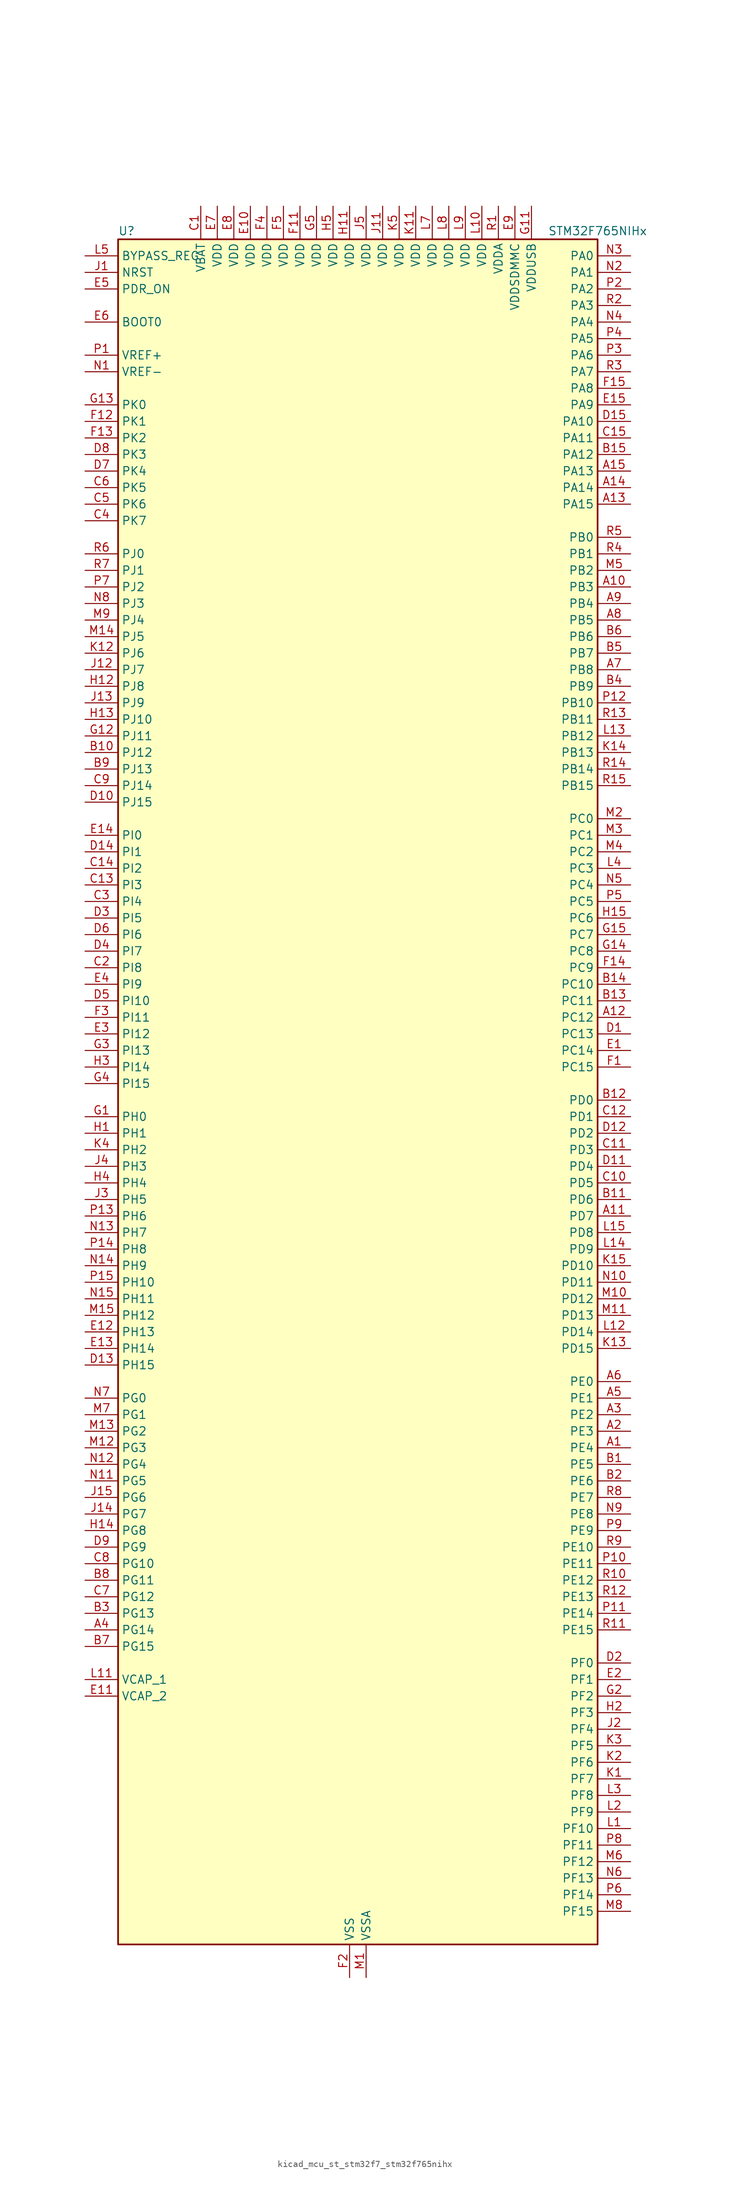
<source format=kicad_sym>
(kicad_symbol_lib
  (version 20220914)
  (generator kicad_symbol_editor)
  (symbol "kicad_mcu_st_stm32f7_stm32f765nihx"
    (property "Reference" "U"
      (at -35.56 133.35 0)
      (effects (font (size 1.27 1.27)) (justify left)))
    (property "Value" "STM32F765NIHx"
      (at 30.48 133.35 0)
      (effects (font (size 1.27 1.27)) (justify left)))
    (property "ki_locked" ""
      (at 0 0 0)
      (effects (font (size 1.27 1.27))))
    (symbol "kicad_mcu_st_stm32f7_stm32f765nihx_0_1"
      (rectangle (start -35.56 -129.54) (end 38.1 132.08) (stroke (width 0.254) (type default)) (fill (type background))))
    (symbol "kicad_mcu_st_stm32f7_stm32f765nihx_1_1"
      (pin bidirectional line (at 43.18 -53.34 180) (length 5.08) (name "PE4" (effects (font (size 1.27 1.27)))) (number "A1" (effects (font (size 1.27 1.27)))) (alternate "DCMI_D4" bidirectional line) (alternate "DFSDM1_DATIN3" bidirectional line) (alternate "FMC_A20" bidirectional line) (alternate "SAI1_FS_A" bidirectional line) (alternate "SPI4_NSS" bidirectional line) (alternate "SYS_TRACED1" bidirectional line))
      (pin bidirectional line (at 43.18 78.74 180) (length 5.08) (name "PB3" (effects (font (size 1.27 1.27)))) (number "A10" (effects (font (size 1.27 1.27)))) (alternate "CAN3_RX" bidirectional line) (alternate "I2S1_CK" bidirectional line) (alternate "I2S3_CK" bidirectional line) (alternate "SDMMC2_D2" bidirectional line) (alternate "SPI1_SCK" bidirectional line) (alternate "SPI3_SCK" bidirectional line) (alternate "SPI6_SCK" bidirectional line) (alternate "SYS_JTDO-SWO" bidirectional line) (alternate "TIM2_CH2" bidirectional line) (alternate "UART7_RX" bidirectional line))
      (pin bidirectional line (at 43.18 -17.78 180) (length 5.08) (name "PD7" (effects (font (size 1.27 1.27)))) (number "A11" (effects (font (size 1.27 1.27)))) (alternate "DFSDM1_CKIN1" bidirectional line) (alternate "DFSDM1_DATIN4" bidirectional line) (alternate "FMC_NE1" bidirectional line) (alternate "I2S1_SD" bidirectional line) (alternate "SDMMC2_CMD" bidirectional line) (alternate "SPDIFRX_IN0" bidirectional line) (alternate "SPI1_MOSI" bidirectional line) (alternate "USART2_CK" bidirectional line))
      (pin bidirectional line (at 43.18 12.7 180) (length 5.08) (name "PC12" (effects (font (size 1.27 1.27)))) (number "A12" (effects (font (size 1.27 1.27)))) (alternate "DCMI_D9" bidirectional line) (alternate "I2S3_SD" bidirectional line) (alternate "SDMMC1_CK" bidirectional line) (alternate "SPI3_MOSI" bidirectional line) (alternate "SYS_TRACED3" bidirectional line) (alternate "UART5_TX" bidirectional line) (alternate "USART3_CK" bidirectional line))
      (pin bidirectional line (at 43.18 91.44 180) (length 5.08) (name "PA15" (effects (font (size 1.27 1.27)))) (number "A13" (effects (font (size 1.27 1.27)))) (alternate "CAN3_TX" bidirectional line) (alternate "CEC" bidirectional line) (alternate "I2S1_WS" bidirectional line) (alternate "I2S3_WS" bidirectional line) (alternate "SPI1_NSS" bidirectional line) (alternate "SPI3_NSS" bidirectional line) (alternate "SPI6_NSS" bidirectional line) (alternate "SYS_JTDI" bidirectional line) (alternate "TIM2_CH1" bidirectional line) (alternate "TIM2_ETR" bidirectional line) (alternate "UART4_DE" bidirectional line) (alternate "UART4_RTS" bidirectional line) (alternate "UART7_TX" bidirectional line))
      (pin bidirectional line (at 43.18 93.98 180) (length 5.08) (name "PA14" (effects (font (size 1.27 1.27)))) (number "A14" (effects (font (size 1.27 1.27)))) (alternate "SYS_JTCK-SWCLK" bidirectional line))
      (pin bidirectional line (at 43.18 96.52 180) (length 5.08) (name "PA13" (effects (font (size 1.27 1.27)))) (number "A15" (effects (font (size 1.27 1.27)))) (alternate "SYS_JTMS-SWDIO" bidirectional line))
      (pin bidirectional line (at 43.18 -50.8 180) (length 5.08) (name "PE3" (effects (font (size 1.27 1.27)))) (number "A2" (effects (font (size 1.27 1.27)))) (alternate "FMC_A19" bidirectional line) (alternate "SAI1_SD_B" bidirectional line) (alternate "SYS_TRACED0" bidirectional line))
      (pin bidirectional line (at 43.18 -48.26 180) (length 5.08) (name "PE2" (effects (font (size 1.27 1.27)))) (number "A3" (effects (font (size 1.27 1.27)))) (alternate "ETH_TXD3" bidirectional line) (alternate "FMC_A23" bidirectional line) (alternate "QUADSPI_BK1_IO2" bidirectional line) (alternate "SAI1_MCLK_A" bidirectional line) (alternate "SPI4_SCK" bidirectional line) (alternate "SYS_TRACECLK" bidirectional line))
      (pin bidirectional line (at -40.64 -81.28 0) (length 5.08) (name "PG14" (effects (font (size 1.27 1.27)))) (number "A4" (effects (font (size 1.27 1.27)))) (alternate "ETH_TXD1" bidirectional line) (alternate "FMC_A25" bidirectional line) (alternate "LPTIM1_ETR" bidirectional line) (alternate "QUADSPI_BK2_IO3" bidirectional line) (alternate "SPI6_MOSI" bidirectional line) (alternate "SYS_TRACED1" bidirectional line) (alternate "USART6_TX" bidirectional line))
      (pin bidirectional line (at 43.18 -45.72 180) (length 5.08) (name "PE1" (effects (font (size 1.27 1.27)))) (number "A5" (effects (font (size 1.27 1.27)))) (alternate "DCMI_D3" bidirectional line) (alternate "FMC_NBL1" bidirectional line) (alternate "LPTIM1_IN2" bidirectional line) (alternate "UART8_TX" bidirectional line))
      (pin bidirectional line (at 43.18 -43.18 180) (length 5.08) (name "PE0" (effects (font (size 1.27 1.27)))) (number "A6" (effects (font (size 1.27 1.27)))) (alternate "DCMI_D2" bidirectional line) (alternate "FMC_NBL0" bidirectional line) (alternate "LPTIM1_ETR" bidirectional line) (alternate "SAI2_MCLK_A" bidirectional line) (alternate "TIM4_ETR" bidirectional line) (alternate "UART8_RX" bidirectional line))
      (pin bidirectional line (at 43.18 66.04 180) (length 5.08) (name "PB8" (effects (font (size 1.27 1.27)))) (number "A7" (effects (font (size 1.27 1.27)))) (alternate "CAN1_RX" bidirectional line) (alternate "DCMI_D6" bidirectional line) (alternate "DFSDM1_CKIN7" bidirectional line) (alternate "ETH_TXD3" bidirectional line) (alternate "I2C1_SCL" bidirectional line) (alternate "I2C4_SCL" bidirectional line) (alternate "SDMMC1_D4" bidirectional line) (alternate "SDMMC2_D4" bidirectional line) (alternate "TIM10_CH1" bidirectional line) (alternate "TIM4_CH3" bidirectional line) (alternate "UART5_RX" bidirectional line))
      (pin bidirectional line (at 43.18 73.66 180) (length 5.08) (name "PB5" (effects (font (size 1.27 1.27)))) (number "A8" (effects (font (size 1.27 1.27)))) (alternate "CAN2_RX" bidirectional line) (alternate "DCMI_D10" bidirectional line) (alternate "ETH_PPS_OUT" bidirectional line) (alternate "FMC_SDCKE1" bidirectional line) (alternate "I2C1_SMBA" bidirectional line) (alternate "I2S1_SD" bidirectional line) (alternate "I2S3_SD" bidirectional line) (alternate "SPI1_MOSI" bidirectional line) (alternate "SPI3_MOSI" bidirectional line) (alternate "SPI6_MOSI" bidirectional line) (alternate "TIM3_CH2" bidirectional line) (alternate "UART5_RX" bidirectional line) (alternate "USB_OTG_HS_ULPI_D7" bidirectional line))
      (pin bidirectional line (at 43.18 76.2 180) (length 5.08) (name "PB4" (effects (font (size 1.27 1.27)))) (number "A9" (effects (font (size 1.27 1.27)))) (alternate "CAN3_TX" bidirectional line) (alternate "I2S2_WS" bidirectional line) (alternate "SDMMC2_D3" bidirectional line) (alternate "SPI1_MISO" bidirectional line) (alternate "SPI2_NSS" bidirectional line) (alternate "SPI3_MISO" bidirectional line) (alternate "SPI6_MISO" bidirectional line) (alternate "SYS_JTRST" bidirectional line) (alternate "TIM3_CH1" bidirectional line) (alternate "UART7_TX" bidirectional line))
      (pin bidirectional line (at 43.18 -55.88 180) (length 5.08) (name "PE5" (effects (font (size 1.27 1.27)))) (number "B1" (effects (font (size 1.27 1.27)))) (alternate "DCMI_D6" bidirectional line) (alternate "DFSDM1_CKIN3" bidirectional line) (alternate "FMC_A21" bidirectional line) (alternate "SAI1_SCK_A" bidirectional line) (alternate "SPI4_MISO" bidirectional line) (alternate "SYS_TRACED2" bidirectional line) (alternate "TIM9_CH1" bidirectional line))
      (pin bidirectional line (at -40.64 53.34 0) (length 5.08) (name "PJ12" (effects (font (size 1.27 1.27)))) (number "B10" (effects (font (size 1.27 1.27)))))
      (pin bidirectional line (at 43.18 -15.24 180) (length 5.08) (name "PD6" (effects (font (size 1.27 1.27)))) (number "B11" (effects (font (size 1.27 1.27)))) (alternate "DCMI_D10" bidirectional line) (alternate "DFSDM1_CKIN4" bidirectional line) (alternate "DFSDM1_DATIN1" bidirectional line) (alternate "FMC_NWAIT" bidirectional line) (alternate "I2S3_SD" bidirectional line) (alternate "SAI1_SD_A" bidirectional line) (alternate "SDMMC2_CK" bidirectional line) (alternate "SPI3_MOSI" bidirectional line) (alternate "USART2_RX" bidirectional line))
      (pin bidirectional line (at 43.18 0 180) (length 5.08) (name "PD0" (effects (font (size 1.27 1.27)))) (number "B12" (effects (font (size 1.27 1.27)))) (alternate "CAN1_RX" bidirectional line) (alternate "DFSDM1_CKIN6" bidirectional line) (alternate "DFSDM1_DATIN7" bidirectional line) (alternate "FMC_D2" bidirectional line) (alternate "FMC_DA2" bidirectional line) (alternate "UART4_RX" bidirectional line))
      (pin bidirectional line (at 43.18 15.24 180) (length 5.08) (name "PC11" (effects (font (size 1.27 1.27)))) (number "B13" (effects (font (size 1.27 1.27)))) (alternate "ADC1_EXTI11" bidirectional line) (alternate "ADC2_EXTI11" bidirectional line) (alternate "ADC3_EXTI11" bidirectional line) (alternate "DCMI_D4" bidirectional line) (alternate "DFSDM1_DATIN5" bidirectional line) (alternate "QUADSPI_BK2_NCS" bidirectional line) (alternate "SDMMC1_D3" bidirectional line) (alternate "SPI3_MISO" bidirectional line) (alternate "UART4_RX" bidirectional line) (alternate "USART3_RX" bidirectional line))
      (pin bidirectional line (at 43.18 17.78 180) (length 5.08) (name "PC10" (effects (font (size 1.27 1.27)))) (number "B14" (effects (font (size 1.27 1.27)))) (alternate "DCMI_D8" bidirectional line) (alternate "DFSDM1_CKIN5" bidirectional line) (alternate "I2S3_CK" bidirectional line) (alternate "QUADSPI_BK1_IO1" bidirectional line) (alternate "SDMMC1_D2" bidirectional line) (alternate "SPI3_SCK" bidirectional line) (alternate "UART4_TX" bidirectional line) (alternate "USART3_TX" bidirectional line))
      (pin bidirectional line (at 43.18 99.06 180) (length 5.08) (name "PA12" (effects (font (size 1.27 1.27)))) (number "B15" (effects (font (size 1.27 1.27)))) (alternate "CAN1_TX" bidirectional line) (alternate "I2S2_CK" bidirectional line) (alternate "SAI2_FS_B" bidirectional line) (alternate "SPI2_SCK" bidirectional line) (alternate "TIM1_ETR" bidirectional line) (alternate "UART4_TX" bidirectional line) (alternate "USART1_DE" bidirectional line) (alternate "USART1_RTS" bidirectional line) (alternate "USB_OTG_FS_DP" bidirectional line))
      (pin bidirectional line (at 43.18 -58.42 180) (length 5.08) (name "PE6" (effects (font (size 1.27 1.27)))) (number "B2" (effects (font (size 1.27 1.27)))) (alternate "DCMI_D7" bidirectional line) (alternate "FMC_A22" bidirectional line) (alternate "SAI1_SD_A" bidirectional line) (alternate "SAI2_MCLK_B" bidirectional line) (alternate "SPI4_MOSI" bidirectional line) (alternate "SYS_TRACED3" bidirectional line) (alternate "TIM1_BKIN2" bidirectional line) (alternate "TIM9_CH2" bidirectional line))
      (pin bidirectional line (at -40.64 -78.74 0) (length 5.08) (name "PG13" (effects (font (size 1.27 1.27)))) (number "B3" (effects (font (size 1.27 1.27)))) (alternate "ETH_TXD0" bidirectional line) (alternate "FMC_A24" bidirectional line) (alternate "LPTIM1_OUT" bidirectional line) (alternate "SPI6_SCK" bidirectional line) (alternate "SYS_TRACED0" bidirectional line) (alternate "USART6_CTS" bidirectional line))
      (pin bidirectional line (at 43.18 63.5 180) (length 5.08) (name "PB9" (effects (font (size 1.27 1.27)))) (number "B4" (effects (font (size 1.27 1.27)))) (alternate "CAN1_TX" bidirectional line) (alternate "DAC_EXTI9" bidirectional line) (alternate "DCMI_D7" bidirectional line) (alternate "DFSDM1_DATIN7" bidirectional line) (alternate "I2C1_SDA" bidirectional line) (alternate "I2C4_SDA" bidirectional line) (alternate "I2C4_SMBA" bidirectional line) (alternate "I2S2_WS" bidirectional line) (alternate "SDMMC1_D5" bidirectional line) (alternate "SDMMC2_D5" bidirectional line) (alternate "SPI2_NSS" bidirectional line) (alternate "TIM11_CH1" bidirectional line) (alternate "TIM4_CH4" bidirectional line) (alternate "UART5_TX" bidirectional line))
      (pin bidirectional line (at 43.18 68.58 180) (length 5.08) (name "PB7" (effects (font (size 1.27 1.27)))) (number "B5" (effects (font (size 1.27 1.27)))) (alternate "DCMI_VSYNC" bidirectional line) (alternate "DFSDM1_CKIN5" bidirectional line) (alternate "FMC_NL" bidirectional line) (alternate "I2C1_SDA" bidirectional line) (alternate "I2C4_SDA" bidirectional line) (alternate "TIM4_CH2" bidirectional line) (alternate "USART1_RX" bidirectional line))
      (pin bidirectional line (at 43.18 71.12 180) (length 5.08) (name "PB6" (effects (font (size 1.27 1.27)))) (number "B6" (effects (font (size 1.27 1.27)))) (alternate "CAN2_TX" bidirectional line) (alternate "CEC" bidirectional line) (alternate "DCMI_D5" bidirectional line) (alternate "DFSDM1_DATIN5" bidirectional line) (alternate "FMC_SDNE1" bidirectional line) (alternate "I2C1_SCL" bidirectional line) (alternate "I2C4_SCL" bidirectional line) (alternate "QUADSPI_BK1_NCS" bidirectional line) (alternate "TIM4_CH1" bidirectional line) (alternate "UART5_TX" bidirectional line) (alternate "USART1_TX" bidirectional line))
      (pin bidirectional line (at -40.64 -83.82 0) (length 5.08) (name "PG15" (effects (font (size 1.27 1.27)))) (number "B7" (effects (font (size 1.27 1.27)))) (alternate "DCMI_D13" bidirectional line) (alternate "FMC_SDNCAS" bidirectional line) (alternate "USART6_CTS" bidirectional line))
      (pin bidirectional line (at -40.64 -73.66 0) (length 5.08) (name "PG11" (effects (font (size 1.27 1.27)))) (number "B8" (effects (font (size 1.27 1.27)))) (alternate "ADC1_EXTI11" bidirectional line) (alternate "ADC2_EXTI11" bidirectional line) (alternate "ADC3_EXTI11" bidirectional line) (alternate "DCMI_D3" bidirectional line) (alternate "ETH_TX_EN" bidirectional line) (alternate "I2S1_CK" bidirectional line) (alternate "SDMMC2_D2" bidirectional line) (alternate "SPDIFRX_IN0" bidirectional line) (alternate "SPI1_SCK" bidirectional line))
      (pin bidirectional line (at -40.64 50.8 0) (length 5.08) (name "PJ13" (effects (font (size 1.27 1.27)))) (number "B9" (effects (font (size 1.27 1.27)))))
      (pin power_in line (at -22.86 137.16 270) (length 5.08) (name "VBAT" (effects (font (size 1.27 1.27)))) (number "C1" (effects (font (size 1.27 1.27)))))
      (pin bidirectional line (at 43.18 -12.7 180) (length 5.08) (name "PD5" (effects (font (size 1.27 1.27)))) (number "C10" (effects (font (size 1.27 1.27)))) (alternate "FMC_NWE" bidirectional line) (alternate "USART2_TX" bidirectional line))
      (pin bidirectional line (at 43.18 -7.62 180) (length 5.08) (name "PD3" (effects (font (size 1.27 1.27)))) (number "C11" (effects (font (size 1.27 1.27)))) (alternate "DCMI_D5" bidirectional line) (alternate "DFSDM1_CKOUT" bidirectional line) (alternate "DFSDM1_DATIN0" bidirectional line) (alternate "FMC_CLK" bidirectional line) (alternate "I2S2_CK" bidirectional line) (alternate "SPI2_SCK" bidirectional line) (alternate "USART2_CTS" bidirectional line))
      (pin bidirectional line (at 43.18 -2.54 180) (length 5.08) (name "PD1" (effects (font (size 1.27 1.27)))) (number "C12" (effects (font (size 1.27 1.27)))) (alternate "CAN1_TX" bidirectional line) (alternate "DFSDM1_CKIN7" bidirectional line) (alternate "DFSDM1_DATIN6" bidirectional line) (alternate "FMC_D3" bidirectional line) (alternate "FMC_DA3" bidirectional line) (alternate "UART4_TX" bidirectional line))
      (pin bidirectional line (at -40.64 33.02 0) (length 5.08) (name "PI3" (effects (font (size 1.27 1.27)))) (number "C13" (effects (font (size 1.27 1.27)))) (alternate "DCMI_D10" bidirectional line) (alternate "FMC_D27" bidirectional line) (alternate "I2S2_SD" bidirectional line) (alternate "SPI2_MOSI" bidirectional line) (alternate "TIM8_ETR" bidirectional line))
      (pin bidirectional line (at -40.64 35.56 0) (length 5.08) (name "PI2" (effects (font (size 1.27 1.27)))) (number "C14" (effects (font (size 1.27 1.27)))) (alternate "DCMI_D9" bidirectional line) (alternate "FMC_D26" bidirectional line) (alternate "SPI2_MISO" bidirectional line) (alternate "TIM8_CH4" bidirectional line))
      (pin bidirectional line (at 43.18 101.6 180) (length 5.08) (name "PA11" (effects (font (size 1.27 1.27)))) (number "C15" (effects (font (size 1.27 1.27)))) (alternate "ADC1_EXTI11" bidirectional line) (alternate "ADC2_EXTI11" bidirectional line) (alternate "ADC3_EXTI11" bidirectional line) (alternate "CAN1_RX" bidirectional line) (alternate "I2S2_WS" bidirectional line) (alternate "SPI2_NSS" bidirectional line) (alternate "TIM1_CH4" bidirectional line) (alternate "UART4_RX" bidirectional line) (alternate "USART1_CTS" bidirectional line) (alternate "USB_OTG_FS_DM" bidirectional line))
      (pin bidirectional line (at -40.64 20.32 0) (length 5.08) (name "PI8" (effects (font (size 1.27 1.27)))) (number "C2" (effects (font (size 1.27 1.27)))) (alternate "RTC_TAMP2" bidirectional line) (alternate "RTC_TS" bidirectional line) (alternate "SYS_WKUP5" bidirectional line))
      (pin bidirectional line (at -40.64 30.48 0) (length 5.08) (name "PI4" (effects (font (size 1.27 1.27)))) (number "C3" (effects (font (size 1.27 1.27)))) (alternate "DCMI_D5" bidirectional line) (alternate "FMC_NBL2" bidirectional line) (alternate "SAI2_MCLK_A" bidirectional line) (alternate "TIM8_BKIN" bidirectional line))
      (pin bidirectional line (at -40.64 88.9 0) (length 5.08) (name "PK7" (effects (font (size 1.27 1.27)))) (number "C4" (effects (font (size 1.27 1.27)))))
      (pin bidirectional line (at -40.64 91.44 0) (length 5.08) (name "PK6" (effects (font (size 1.27 1.27)))) (number "C5" (effects (font (size 1.27 1.27)))))
      (pin bidirectional line (at -40.64 93.98 0) (length 5.08) (name "PK5" (effects (font (size 1.27 1.27)))) (number "C6" (effects (font (size 1.27 1.27)))))
      (pin bidirectional line (at -40.64 -76.2 0) (length 5.08) (name "PG12" (effects (font (size 1.27 1.27)))) (number "C7" (effects (font (size 1.27 1.27)))) (alternate "FMC_NE4" bidirectional line) (alternate "LPTIM1_IN1" bidirectional line) (alternate "SDMMC2_D3" bidirectional line) (alternate "SPDIFRX_IN1" bidirectional line) (alternate "SPI6_MISO" bidirectional line) (alternate "USART6_DE" bidirectional line) (alternate "USART6_RTS" bidirectional line))
      (pin bidirectional line (at -40.64 -71.12 0) (length 5.08) (name "PG10" (effects (font (size 1.27 1.27)))) (number "C8" (effects (font (size 1.27 1.27)))) (alternate "DCMI_D2" bidirectional line) (alternate "FMC_NE3" bidirectional line) (alternate "I2S1_WS" bidirectional line) (alternate "SAI2_SD_B" bidirectional line) (alternate "SDMMC2_D1" bidirectional line) (alternate "SPI1_NSS" bidirectional line))
      (pin bidirectional line (at -40.64 48.26 0) (length 5.08) (name "PJ14" (effects (font (size 1.27 1.27)))) (number "C9" (effects (font (size 1.27 1.27)))))
      (pin bidirectional line (at 43.18 10.16 180) (length 5.08) (name "PC13" (effects (font (size 1.27 1.27)))) (number "D1" (effects (font (size 1.27 1.27)))) (alternate "RTC_OUT" bidirectional line) (alternate "RTC_TAMP1" bidirectional line) (alternate "RTC_TS" bidirectional line) (alternate "SYS_WKUP4" bidirectional line))
      (pin bidirectional line (at -40.64 45.72 0) (length 5.08) (name "PJ15" (effects (font (size 1.27 1.27)))) (number "D10" (effects (font (size 1.27 1.27)))))
      (pin bidirectional line (at 43.18 -10.16 180) (length 5.08) (name "PD4" (effects (font (size 1.27 1.27)))) (number "D11" (effects (font (size 1.27 1.27)))) (alternate "DFSDM1_CKIN0" bidirectional line) (alternate "FMC_NOE" bidirectional line) (alternate "USART2_DE" bidirectional line) (alternate "USART2_RTS" bidirectional line))
      (pin bidirectional line (at 43.18 -5.08 180) (length 5.08) (name "PD2" (effects (font (size 1.27 1.27)))) (number "D12" (effects (font (size 1.27 1.27)))) (alternate "DCMI_D11" bidirectional line) (alternate "SDMMC1_CMD" bidirectional line) (alternate "SYS_TRACED2" bidirectional line) (alternate "TIM3_ETR" bidirectional line) (alternate "UART5_RX" bidirectional line))
      (pin bidirectional line (at -40.64 -40.64 0) (length 5.08) (name "PH15" (effects (font (size 1.27 1.27)))) (number "D13" (effects (font (size 1.27 1.27)))) (alternate "DCMI_D11" bidirectional line) (alternate "FMC_D23" bidirectional line) (alternate "TIM8_CH3N" bidirectional line))
      (pin bidirectional line (at -40.64 38.1 0) (length 5.08) (name "PI1" (effects (font (size 1.27 1.27)))) (number "D14" (effects (font (size 1.27 1.27)))) (alternate "DCMI_D8" bidirectional line) (alternate "FMC_D25" bidirectional line) (alternate "I2S2_CK" bidirectional line) (alternate "SPI2_SCK" bidirectional line) (alternate "TIM8_BKIN2" bidirectional line))
      (pin bidirectional line (at 43.18 104.14 180) (length 5.08) (name "PA10" (effects (font (size 1.27 1.27)))) (number "D15" (effects (font (size 1.27 1.27)))) (alternate "DCMI_D1" bidirectional line) (alternate "MDIOS_MDIO" bidirectional line) (alternate "TIM1_CH3" bidirectional line) (alternate "USART1_RX" bidirectional line) (alternate "USB_OTG_FS_ID" bidirectional line))
      (pin bidirectional line (at 43.18 -86.36 180) (length 5.08) (name "PF0" (effects (font (size 1.27 1.27)))) (number "D2" (effects (font (size 1.27 1.27)))) (alternate "FMC_A0" bidirectional line) (alternate "I2C2_SDA" bidirectional line))
      (pin bidirectional line (at -40.64 27.94 0) (length 5.08) (name "PI5" (effects (font (size 1.27 1.27)))) (number "D3" (effects (font (size 1.27 1.27)))) (alternate "DCMI_VSYNC" bidirectional line) (alternate "FMC_NBL3" bidirectional line) (alternate "SAI2_SCK_A" bidirectional line) (alternate "TIM8_CH1" bidirectional line))
      (pin bidirectional line (at -40.64 22.86 0) (length 5.08) (name "PI7" (effects (font (size 1.27 1.27)))) (number "D4" (effects (font (size 1.27 1.27)))) (alternate "DCMI_D7" bidirectional line) (alternate "FMC_D29" bidirectional line) (alternate "SAI2_FS_A" bidirectional line) (alternate "TIM8_CH3" bidirectional line))
      (pin bidirectional line (at -40.64 15.24 0) (length 5.08) (name "PI10" (effects (font (size 1.27 1.27)))) (number "D5" (effects (font (size 1.27 1.27)))) (alternate "ETH_RX_ER" bidirectional line) (alternate "FMC_D31" bidirectional line))
      (pin bidirectional line (at -40.64 25.4 0) (length 5.08) (name "PI6" (effects (font (size 1.27 1.27)))) (number "D6" (effects (font (size 1.27 1.27)))) (alternate "DCMI_D6" bidirectional line) (alternate "FMC_D28" bidirectional line) (alternate "SAI2_SD_A" bidirectional line) (alternate "TIM8_CH2" bidirectional line))
      (pin bidirectional line (at -40.64 96.52 0) (length 5.08) (name "PK4" (effects (font (size 1.27 1.27)))) (number "D7" (effects (font (size 1.27 1.27)))))
      (pin bidirectional line (at -40.64 99.06 0) (length 5.08) (name "PK3" (effects (font (size 1.27 1.27)))) (number "D8" (effects (font (size 1.27 1.27)))))
      (pin bidirectional line (at -40.64 -68.58 0) (length 5.08) (name "PG9" (effects (font (size 1.27 1.27)))) (number "D9" (effects (font (size 1.27 1.27)))) (alternate "DAC_EXTI9" bidirectional line) (alternate "DCMI_VSYNC" bidirectional line) (alternate "FMC_NCE" bidirectional line) (alternate "FMC_NE2" bidirectional line) (alternate "QUADSPI_BK2_IO2" bidirectional line) (alternate "SAI2_FS_B" bidirectional line) (alternate "SDMMC2_D0" bidirectional line) (alternate "SPDIFRX_IN3" bidirectional line) (alternate "SPI1_MISO" bidirectional line) (alternate "USART6_RX" bidirectional line))
      (pin bidirectional line (at 43.18 7.62 180) (length 5.08) (name "PC14" (effects (font (size 1.27 1.27)))) (number "E1" (effects (font (size 1.27 1.27)))) (alternate "RCC_OSC32_IN" bidirectional line))
      (pin power_in line (at -15.24 137.16 270) (length 5.08) (name "VDD" (effects (font (size 1.27 1.27)))) (number "E10" (effects (font (size 1.27 1.27)))))
      (pin power_out line (at -40.64 -91.44 0) (length 5.08) (name "VCAP_2" (effects (font (size 1.27 1.27)))) (number "E11" (effects (font (size 1.27 1.27)))))
      (pin bidirectional line (at -40.64 -35.56 0) (length 5.08) (name "PH13" (effects (font (size 1.27 1.27)))) (number "E12" (effects (font (size 1.27 1.27)))) (alternate "CAN1_TX" bidirectional line) (alternate "FMC_D21" bidirectional line) (alternate "TIM8_CH1N" bidirectional line) (alternate "UART4_TX" bidirectional line))
      (pin bidirectional line (at -40.64 -38.1 0) (length 5.08) (name "PH14" (effects (font (size 1.27 1.27)))) (number "E13" (effects (font (size 1.27 1.27)))) (alternate "CAN1_RX" bidirectional line) (alternate "DCMI_D4" bidirectional line) (alternate "FMC_D22" bidirectional line) (alternate "TIM8_CH2N" bidirectional line) (alternate "UART4_RX" bidirectional line))
      (pin bidirectional line (at -40.64 40.64 0) (length 5.08) (name "PI0" (effects (font (size 1.27 1.27)))) (number "E14" (effects (font (size 1.27 1.27)))) (alternate "DCMI_D13" bidirectional line) (alternate "FMC_D24" bidirectional line) (alternate "I2S2_WS" bidirectional line) (alternate "SPI2_NSS" bidirectional line) (alternate "TIM5_CH4" bidirectional line))
      (pin bidirectional line (at 43.18 106.68 180) (length 5.08) (name "PA9" (effects (font (size 1.27 1.27)))) (number "E15" (effects (font (size 1.27 1.27)))) (alternate "DAC_EXTI9" bidirectional line) (alternate "DCMI_D0" bidirectional line) (alternate "I2C3_SMBA" bidirectional line) (alternate "I2S2_CK" bidirectional line) (alternate "SPI2_SCK" bidirectional line) (alternate "TIM1_CH2" bidirectional line) (alternate "USART1_TX" bidirectional line) (alternate "USB_OTG_FS_VBUS" bidirectional line))
      (pin bidirectional line (at 43.18 -88.9 180) (length 5.08) (name "PF1" (effects (font (size 1.27 1.27)))) (number "E2" (effects (font (size 1.27 1.27)))) (alternate "FMC_A1" bidirectional line) (alternate "I2C2_SCL" bidirectional line))
      (pin bidirectional line (at -40.64 10.16 0) (length 5.08) (name "PI12" (effects (font (size 1.27 1.27)))) (number "E3" (effects (font (size 1.27 1.27)))))
      (pin bidirectional line (at -40.64 17.78 0) (length 5.08) (name "PI9" (effects (font (size 1.27 1.27)))) (number "E4" (effects (font (size 1.27 1.27)))) (alternate "CAN1_RX" bidirectional line) (alternate "DAC_EXTI9" bidirectional line) (alternate "FMC_D30" bidirectional line) (alternate "UART4_RX" bidirectional line))
      (pin input line (at -40.64 124.46 0) (length 5.08) (name "PDR_ON" (effects (font (size 1.27 1.27)))) (number "E5" (effects (font (size 1.27 1.27)))))
      (pin input line (at -40.64 119.38 0) (length 5.08) (name "BOOT0" (effects (font (size 1.27 1.27)))) (number "E6" (effects (font (size 1.27 1.27)))))
      (pin power_in line (at -20.32 137.16 270) (length 5.08) (name "VDD" (effects (font (size 1.27 1.27)))) (number "E7" (effects (font (size 1.27 1.27)))))
      (pin power_in line (at -17.78 137.16 270) (length 5.08) (name "VDD" (effects (font (size 1.27 1.27)))) (number "E8" (effects (font (size 1.27 1.27)))))
      (pin power_in line (at 25.4 137.16 270) (length 5.08) (name "VDDSDMMC" (effects (font (size 1.27 1.27)))) (number "E9" (effects (font (size 1.27 1.27)))))
      (pin bidirectional line (at 43.18 5.08 180) (length 5.08) (name "PC15" (effects (font (size 1.27 1.27)))) (number "F1" (effects (font (size 1.27 1.27)))) (alternate "RCC_OSC32_OUT" bidirectional line))
      (pin passive line (at 0 -134.62 90) (length 5.08) hide (name "VSS" (effects (font (size 1.27 1.27)))) (number "F10" (effects (font (size 1.27 1.27)))))
      (pin power_in line (at -7.62 137.16 270) (length 5.08) (name "VDD" (effects (font (size 1.27 1.27)))) (number "F11" (effects (font (size 1.27 1.27)))))
      (pin bidirectional line (at -40.64 104.14 0) (length 5.08) (name "PK1" (effects (font (size 1.27 1.27)))) (number "F12" (effects (font (size 1.27 1.27)))))
      (pin bidirectional line (at -40.64 101.6 0) (length 5.08) (name "PK2" (effects (font (size 1.27 1.27)))) (number "F13" (effects (font (size 1.27 1.27)))))
      (pin bidirectional line (at 43.18 20.32 180) (length 5.08) (name "PC9" (effects (font (size 1.27 1.27)))) (number "F14" (effects (font (size 1.27 1.27)))) (alternate "DAC_EXTI9" bidirectional line) (alternate "DCMI_D3" bidirectional line) (alternate "I2C3_SDA" bidirectional line) (alternate "I2S_CKIN" bidirectional line) (alternate "QUADSPI_BK1_IO0" bidirectional line) (alternate "RCC_MCO_2" bidirectional line) (alternate "SDMMC1_D1" bidirectional line) (alternate "TIM3_CH4" bidirectional line) (alternate "TIM8_CH4" bidirectional line) (alternate "UART5_CTS" bidirectional line))
      (pin bidirectional line (at 43.18 109.22 180) (length 5.08) (name "PA8" (effects (font (size 1.27 1.27)))) (number "F15" (effects (font (size 1.27 1.27)))) (alternate "CAN3_RX" bidirectional line) (alternate "I2C3_SCL" bidirectional line) (alternate "RCC_MCO_1" bidirectional line) (alternate "TIM1_CH1" bidirectional line) (alternate "TIM8_BKIN2" bidirectional line) (alternate "UART7_RX" bidirectional line) (alternate "USART1_CK" bidirectional line) (alternate "USB_OTG_FS_SOF" bidirectional line))
      (pin power_in line (at 0 -134.62 90) (length 5.08) (name "VSS" (effects (font (size 1.27 1.27)))) (number "F2" (effects (font (size 1.27 1.27)))))
      (pin bidirectional line (at -40.64 12.7 0) (length 5.08) (name "PI11" (effects (font (size 1.27 1.27)))) (number "F3" (effects (font (size 1.27 1.27)))) (alternate "ADC1_EXTI11" bidirectional line) (alternate "ADC2_EXTI11" bidirectional line) (alternate "ADC3_EXTI11" bidirectional line) (alternate "SYS_WKUP6" bidirectional line) (alternate "USB_OTG_HS_ULPI_DIR" bidirectional line))
      (pin power_in line (at -12.7 137.16 270) (length 5.08) (name "VDD" (effects (font (size 1.27 1.27)))) (number "F4" (effects (font (size 1.27 1.27)))))
      (pin power_in line (at -10.16 137.16 270) (length 5.08) (name "VDD" (effects (font (size 1.27 1.27)))) (number "F5" (effects (font (size 1.27 1.27)))))
      (pin passive line (at 0 -134.62 90) (length 5.08) hide (name "VSS" (effects (font (size 1.27 1.27)))) (number "F6" (effects (font (size 1.27 1.27)))))
      (pin passive line (at 0 -134.62 90) (length 5.08) hide (name "VSS" (effects (font (size 1.27 1.27)))) (number "F7" (effects (font (size 1.27 1.27)))))
      (pin passive line (at 0 -134.62 90) (length 5.08) hide (name "VSS" (effects (font (size 1.27 1.27)))) (number "F8" (effects (font (size 1.27 1.27)))))
      (pin passive line (at 0 -134.62 90) (length 5.08) hide (name "VSS" (effects (font (size 1.27 1.27)))) (number "F9" (effects (font (size 1.27 1.27)))))
      (pin bidirectional line (at -40.64 -2.54 0) (length 5.08) (name "PH0" (effects (font (size 1.27 1.27)))) (number "G1" (effects (font (size 1.27 1.27)))) (alternate "RCC_OSC_IN" bidirectional line))
      (pin passive line (at 0 -134.62 90) (length 5.08) hide (name "VSS" (effects (font (size 1.27 1.27)))) (number "G10" (effects (font (size 1.27 1.27)))))
      (pin power_in line (at 27.94 137.16 270) (length 5.08) (name "VDDUSB" (effects (font (size 1.27 1.27)))) (number "G11" (effects (font (size 1.27 1.27)))))
      (pin bidirectional line (at -40.64 55.88 0) (length 5.08) (name "PJ11" (effects (font (size 1.27 1.27)))) (number "G12" (effects (font (size 1.27 1.27)))) (alternate "ADC1_EXTI11" bidirectional line) (alternate "ADC2_EXTI11" bidirectional line) (alternate "ADC3_EXTI11" bidirectional line))
      (pin bidirectional line (at -40.64 106.68 0) (length 5.08) (name "PK0" (effects (font (size 1.27 1.27)))) (number "G13" (effects (font (size 1.27 1.27)))))
      (pin bidirectional line (at 43.18 22.86 180) (length 5.08) (name "PC8" (effects (font (size 1.27 1.27)))) (number "G14" (effects (font (size 1.27 1.27)))) (alternate "DCMI_D2" bidirectional line) (alternate "FMC_NCE" bidirectional line) (alternate "FMC_NE2" bidirectional line) (alternate "SDMMC1_D0" bidirectional line) (alternate "SYS_TRACED1" bidirectional line) (alternate "TIM3_CH3" bidirectional line) (alternate "TIM8_CH3" bidirectional line) (alternate "UART5_DE" bidirectional line) (alternate "UART5_RTS" bidirectional line) (alternate "USART6_CK" bidirectional line))
      (pin bidirectional line (at 43.18 25.4 180) (length 5.08) (name "PC7" (effects (font (size 1.27 1.27)))) (number "G15" (effects (font (size 1.27 1.27)))) (alternate "DCMI_D1" bidirectional line) (alternate "DFSDM1_DATIN3" bidirectional line) (alternate "FMC_NE1" bidirectional line) (alternate "I2S3_MCK" bidirectional line) (alternate "SDMMC1_D7" bidirectional line) (alternate "SDMMC2_D7" bidirectional line) (alternate "TIM3_CH2" bidirectional line) (alternate "TIM8_CH2" bidirectional line) (alternate "USART6_RX" bidirectional line))
      (pin bidirectional line (at 43.18 -91.44 180) (length 5.08) (name "PF2" (effects (font (size 1.27 1.27)))) (number "G2" (effects (font (size 1.27 1.27)))) (alternate "FMC_A2" bidirectional line) (alternate "I2C2_SMBA" bidirectional line))
      (pin bidirectional line (at -40.64 7.62 0) (length 5.08) (name "PI13" (effects (font (size 1.27 1.27)))) (number "G3" (effects (font (size 1.27 1.27)))))
      (pin bidirectional line (at -40.64 2.54 0) (length 5.08) (name "PI15" (effects (font (size 1.27 1.27)))) (number "G4" (effects (font (size 1.27 1.27)))))
      (pin power_in line (at -5.08 137.16 270) (length 5.08) (name "VDD" (effects (font (size 1.27 1.27)))) (number "G5" (effects (font (size 1.27 1.27)))))
      (pin passive line (at 0 -134.62 90) (length 5.08) hide (name "VSS" (effects (font (size 1.27 1.27)))) (number "G6" (effects (font (size 1.27 1.27)))))
      (pin bidirectional line (at -40.64 -5.08 0) (length 5.08) (name "PH1" (effects (font (size 1.27 1.27)))) (number "H1" (effects (font (size 1.27 1.27)))) (alternate "RCC_OSC_OUT" bidirectional line))
      (pin passive line (at 0 -134.62 90) (length 5.08) hide (name "VSS" (effects (font (size 1.27 1.27)))) (number "H10" (effects (font (size 1.27 1.27)))))
      (pin power_in line (at 0 137.16 270) (length 5.08) (name "VDD" (effects (font (size 1.27 1.27)))) (number "H11" (effects (font (size 1.27 1.27)))))
      (pin bidirectional line (at -40.64 63.5 0) (length 5.08) (name "PJ8" (effects (font (size 1.27 1.27)))) (number "H12" (effects (font (size 1.27 1.27)))))
      (pin bidirectional line (at -40.64 58.42 0) (length 5.08) (name "PJ10" (effects (font (size 1.27 1.27)))) (number "H13" (effects (font (size 1.27 1.27)))))
      (pin bidirectional line (at -40.64 -66.04 0) (length 5.08) (name "PG8" (effects (font (size 1.27 1.27)))) (number "H14" (effects (font (size 1.27 1.27)))) (alternate "ETH_PPS_OUT" bidirectional line) (alternate "FMC_SDCLK" bidirectional line) (alternate "SPDIFRX_IN2" bidirectional line) (alternate "SPI6_NSS" bidirectional line) (alternate "USART6_DE" bidirectional line) (alternate "USART6_RTS" bidirectional line))
      (pin bidirectional line (at 43.18 27.94 180) (length 5.08) (name "PC6" (effects (font (size 1.27 1.27)))) (number "H15" (effects (font (size 1.27 1.27)))) (alternate "DCMI_D0" bidirectional line) (alternate "DFSDM1_CKIN3" bidirectional line) (alternate "FMC_NWAIT" bidirectional line) (alternate "I2S2_MCK" bidirectional line) (alternate "SDMMC1_D6" bidirectional line) (alternate "SDMMC2_D6" bidirectional line) (alternate "TIM3_CH1" bidirectional line) (alternate "TIM8_CH1" bidirectional line) (alternate "USART6_TX" bidirectional line))
      (pin bidirectional line (at 43.18 -93.98 180) (length 5.08) (name "PF3" (effects (font (size 1.27 1.27)))) (number "H2" (effects (font (size 1.27 1.27)))) (alternate "ADC3_IN9" bidirectional line) (alternate "FMC_A3" bidirectional line))
      (pin bidirectional line (at -40.64 5.08 0) (length 5.08) (name "PI14" (effects (font (size 1.27 1.27)))) (number "H3" (effects (font (size 1.27 1.27)))))
      (pin bidirectional line (at -40.64 -12.7 0) (length 5.08) (name "PH4" (effects (font (size 1.27 1.27)))) (number "H4" (effects (font (size 1.27 1.27)))) (alternate "I2C2_SCL" bidirectional line) (alternate "USB_OTG_HS_ULPI_NXT" bidirectional line))
      (pin power_in line (at -2.54 137.16 270) (length 5.08) (name "VDD" (effects (font (size 1.27 1.27)))) (number "H5" (effects (font (size 1.27 1.27)))))
      (pin passive line (at 0 -134.62 90) (length 5.08) hide (name "VSS" (effects (font (size 1.27 1.27)))) (number "H6" (effects (font (size 1.27 1.27)))))
      (pin input line (at -40.64 127 0) (length 5.08) (name "NRST" (effects (font (size 1.27 1.27)))) (number "J1" (effects (font (size 1.27 1.27)))))
      (pin passive line (at 0 -134.62 90) (length 5.08) hide (name "VSS" (effects (font (size 1.27 1.27)))) (number "J10" (effects (font (size 1.27 1.27)))))
      (pin power_in line (at 5.08 137.16 270) (length 5.08) (name "VDD" (effects (font (size 1.27 1.27)))) (number "J11" (effects (font (size 1.27 1.27)))))
      (pin bidirectional line (at -40.64 66.04 0) (length 5.08) (name "PJ7" (effects (font (size 1.27 1.27)))) (number "J12" (effects (font (size 1.27 1.27)))))
      (pin bidirectional line (at -40.64 60.96 0) (length 5.08) (name "PJ9" (effects (font (size 1.27 1.27)))) (number "J13" (effects (font (size 1.27 1.27)))) (alternate "DAC_EXTI9" bidirectional line))
      (pin bidirectional line (at -40.64 -63.5 0) (length 5.08) (name "PG7" (effects (font (size 1.27 1.27)))) (number "J14" (effects (font (size 1.27 1.27)))) (alternate "DCMI_D13" bidirectional line) (alternate "FMC_INT" bidirectional line) (alternate "SAI1_MCLK_A" bidirectional line) (alternate "USART6_CK" bidirectional line))
      (pin bidirectional line (at -40.64 -60.96 0) (length 5.08) (name "PG6" (effects (font (size 1.27 1.27)))) (number "J15" (effects (font (size 1.27 1.27)))) (alternate "DCMI_D12" bidirectional line) (alternate "FMC_NE3" bidirectional line))
      (pin bidirectional line (at 43.18 -96.52 180) (length 5.08) (name "PF4" (effects (font (size 1.27 1.27)))) (number "J2" (effects (font (size 1.27 1.27)))) (alternate "ADC3_IN14" bidirectional line) (alternate "FMC_A4" bidirectional line))
      (pin bidirectional line (at -40.64 -15.24 0) (length 5.08) (name "PH5" (effects (font (size 1.27 1.27)))) (number "J3" (effects (font (size 1.27 1.27)))) (alternate "FMC_SDNWE" bidirectional line) (alternate "I2C2_SDA" bidirectional line) (alternate "SPI5_NSS" bidirectional line))
      (pin bidirectional line (at -40.64 -10.16 0) (length 5.08) (name "PH3" (effects (font (size 1.27 1.27)))) (number "J4" (effects (font (size 1.27 1.27)))) (alternate "ETH_COL" bidirectional line) (alternate "FMC_SDNE0" bidirectional line) (alternate "QUADSPI_BK2_IO1" bidirectional line) (alternate "SAI2_MCLK_B" bidirectional line))
      (pin power_in line (at 2.54 137.16 270) (length 5.08) (name "VDD" (effects (font (size 1.27 1.27)))) (number "J5" (effects (font (size 1.27 1.27)))))
      (pin passive line (at 0 -134.62 90) (length 5.08) hide (name "VSS" (effects (font (size 1.27 1.27)))) (number "J6" (effects (font (size 1.27 1.27)))))
      (pin bidirectional line (at 43.18 -104.14 180) (length 5.08) (name "PF7" (effects (font (size 1.27 1.27)))) (number "K1" (effects (font (size 1.27 1.27)))) (alternate "ADC3_IN5" bidirectional line) (alternate "QUADSPI_BK1_IO2" bidirectional line) (alternate "SAI1_MCLK_B" bidirectional line) (alternate "SPI5_SCK" bidirectional line) (alternate "TIM11_CH1" bidirectional line) (alternate "UART7_TX" bidirectional line))
      (pin passive line (at 0 -134.62 90) (length 5.08) hide (name "VSS" (effects (font (size 1.27 1.27)))) (number "K10" (effects (font (size 1.27 1.27)))))
      (pin power_in line (at 10.16 137.16 270) (length 5.08) (name "VDD" (effects (font (size 1.27 1.27)))) (number "K11" (effects (font (size 1.27 1.27)))))
      (pin bidirectional line (at -40.64 68.58 0) (length 5.08) (name "PJ6" (effects (font (size 1.27 1.27)))) (number "K12" (effects (font (size 1.27 1.27)))))
      (pin bidirectional line (at 43.18 -38.1 180) (length 5.08) (name "PD15" (effects (font (size 1.27 1.27)))) (number "K13" (effects (font (size 1.27 1.27)))) (alternate "FMC_D1" bidirectional line) (alternate "FMC_DA1" bidirectional line) (alternate "TIM4_CH4" bidirectional line) (alternate "UART8_DE" bidirectional line) (alternate "UART8_RTS" bidirectional line))
      (pin bidirectional line (at 43.18 53.34 180) (length 5.08) (name "PB13" (effects (font (size 1.27 1.27)))) (number "K14" (effects (font (size 1.27 1.27)))) (alternate "CAN2_TX" bidirectional line) (alternate "DFSDM1_CKIN1" bidirectional line) (alternate "ETH_TXD1" bidirectional line) (alternate "I2S2_CK" bidirectional line) (alternate "SPI2_SCK" bidirectional line) (alternate "TIM1_CH1N" bidirectional line) (alternate "UART5_TX" bidirectional line) (alternate "USART3_CTS" bidirectional line) (alternate "USB_OTG_HS_ULPI_D6" bidirectional line) (alternate "USB_OTG_HS_VBUS" bidirectional line))
      (pin bidirectional line (at 43.18 -25.4 180) (length 5.08) (name "PD10" (effects (font (size 1.27 1.27)))) (number "K15" (effects (font (size 1.27 1.27)))) (alternate "DFSDM1_CKOUT" bidirectional line) (alternate "FMC_D15" bidirectional line) (alternate "FMC_DA15" bidirectional line) (alternate "USART3_CK" bidirectional line))
      (pin bidirectional line (at 43.18 -101.6 180) (length 5.08) (name "PF6" (effects (font (size 1.27 1.27)))) (number "K2" (effects (font (size 1.27 1.27)))) (alternate "ADC3_IN4" bidirectional line) (alternate "QUADSPI_BK1_IO3" bidirectional line) (alternate "SAI1_SD_B" bidirectional line) (alternate "SPI5_NSS" bidirectional line) (alternate "TIM10_CH1" bidirectional line) (alternate "UART7_RX" bidirectional line))
      (pin bidirectional line (at 43.18 -99.06 180) (length 5.08) (name "PF5" (effects (font (size 1.27 1.27)))) (number "K3" (effects (font (size 1.27 1.27)))) (alternate "ADC3_IN15" bidirectional line) (alternate "FMC_A5" bidirectional line))
      (pin bidirectional line (at -40.64 -7.62 0) (length 5.08) (name "PH2" (effects (font (size 1.27 1.27)))) (number "K4" (effects (font (size 1.27 1.27)))) (alternate "ETH_CRS" bidirectional line) (alternate "FMC_SDCKE0" bidirectional line) (alternate "LPTIM1_IN2" bidirectional line) (alternate "QUADSPI_BK2_IO0" bidirectional line) (alternate "SAI2_SCK_B" bidirectional line))
      (pin power_in line (at 7.62 137.16 270) (length 5.08) (name "VDD" (effects (font (size 1.27 1.27)))) (number "K5" (effects (font (size 1.27 1.27)))))
      (pin passive line (at 0 -134.62 90) (length 5.08) hide (name "VSS" (effects (font (size 1.27 1.27)))) (number "K6" (effects (font (size 1.27 1.27)))))
      (pin passive line (at 0 -134.62 90) (length 5.08) hide (name "VSS" (effects (font (size 1.27 1.27)))) (number "K7" (effects (font (size 1.27 1.27)))))
      (pin passive line (at 0 -134.62 90) (length 5.08) hide (name "VSS" (effects (font (size 1.27 1.27)))) (number "K8" (effects (font (size 1.27 1.27)))))
      (pin passive line (at 0 -134.62 90) (length 5.08) hide (name "VSS" (effects (font (size 1.27 1.27)))) (number "K9" (effects (font (size 1.27 1.27)))))
      (pin bidirectional line (at 43.18 -111.76 180) (length 5.08) (name "PF10" (effects (font (size 1.27 1.27)))) (number "L1" (effects (font (size 1.27 1.27)))) (alternate "ADC3_IN8" bidirectional line) (alternate "DCMI_D11" bidirectional line) (alternate "QUADSPI_CLK" bidirectional line))
      (pin power_in line (at 20.32 137.16 270) (length 5.08) (name "VDD" (effects (font (size 1.27 1.27)))) (number "L10" (effects (font (size 1.27 1.27)))))
      (pin power_out line (at -40.64 -88.9 0) (length 5.08) (name "VCAP_1" (effects (font (size 1.27 1.27)))) (number "L11" (effects (font (size 1.27 1.27)))))
      (pin bidirectional line (at 43.18 -35.56 180) (length 5.08) (name "PD14" (effects (font (size 1.27 1.27)))) (number "L12" (effects (font (size 1.27 1.27)))) (alternate "FMC_D0" bidirectional line) (alternate "FMC_DA0" bidirectional line) (alternate "TIM4_CH3" bidirectional line) (alternate "UART8_CTS" bidirectional line))
      (pin bidirectional line (at 43.18 55.88 180) (length 5.08) (name "PB12" (effects (font (size 1.27 1.27)))) (number "L13" (effects (font (size 1.27 1.27)))) (alternate "CAN2_RX" bidirectional line) (alternate "DFSDM1_DATIN1" bidirectional line) (alternate "ETH_TXD0" bidirectional line) (alternate "I2C2_SMBA" bidirectional line) (alternate "I2S2_WS" bidirectional line) (alternate "SPI2_NSS" bidirectional line) (alternate "TIM1_BKIN" bidirectional line) (alternate "UART5_RX" bidirectional line) (alternate "USART3_CK" bidirectional line) (alternate "USB_OTG_HS_ID" bidirectional line) (alternate "USB_OTG_HS_ULPI_D5" bidirectional line))
      (pin bidirectional line (at 43.18 -22.86 180) (length 5.08) (name "PD9" (effects (font (size 1.27 1.27)))) (number "L14" (effects (font (size 1.27 1.27)))) (alternate "DAC_EXTI9" bidirectional line) (alternate "DFSDM1_DATIN3" bidirectional line) (alternate "FMC_D14" bidirectional line) (alternate "FMC_DA14" bidirectional line) (alternate "USART3_RX" bidirectional line))
      (pin bidirectional line (at 43.18 -20.32 180) (length 5.08) (name "PD8" (effects (font (size 1.27 1.27)))) (number "L15" (effects (font (size 1.27 1.27)))) (alternate "DFSDM1_CKIN3" bidirectional line) (alternate "FMC_D13" bidirectional line) (alternate "FMC_DA13" bidirectional line) (alternate "SPDIFRX_IN1" bidirectional line) (alternate "USART3_TX" bidirectional line))
      (pin bidirectional line (at 43.18 -109.22 180) (length 5.08) (name "PF9" (effects (font (size 1.27 1.27)))) (number "L2" (effects (font (size 1.27 1.27)))) (alternate "ADC3_IN7" bidirectional line) (alternate "DAC_EXTI9" bidirectional line) (alternate "QUADSPI_BK1_IO1" bidirectional line) (alternate "SAI1_FS_B" bidirectional line) (alternate "SPI5_MOSI" bidirectional line) (alternate "TIM14_CH1" bidirectional line) (alternate "UART7_CTS" bidirectional line))
      (pin bidirectional line (at 43.18 -106.68 180) (length 5.08) (name "PF8" (effects (font (size 1.27 1.27)))) (number "L3" (effects (font (size 1.27 1.27)))) (alternate "ADC3_IN6" bidirectional line) (alternate "QUADSPI_BK1_IO0" bidirectional line) (alternate "SAI1_SCK_B" bidirectional line) (alternate "SPI5_MISO" bidirectional line) (alternate "TIM13_CH1" bidirectional line) (alternate "UART7_DE" bidirectional line) (alternate "UART7_RTS" bidirectional line))
      (pin bidirectional line (at 43.18 35.56 180) (length 5.08) (name "PC3" (effects (font (size 1.27 1.27)))) (number "L4" (effects (font (size 1.27 1.27)))) (alternate "ADC1_IN13" bidirectional line) (alternate "ADC2_IN13" bidirectional line) (alternate "ADC3_IN13" bidirectional line) (alternate "DFSDM1_DATIN1" bidirectional line) (alternate "ETH_TX_CLK" bidirectional line) (alternate "FMC_SDCKE0" bidirectional line) (alternate "I2S2_SD" bidirectional line) (alternate "SPI2_MOSI" bidirectional line) (alternate "USB_OTG_HS_ULPI_NXT" bidirectional line))
      (pin input line (at -40.64 129.54 0) (length 5.08) (name "BYPASS_REG" (effects (font (size 1.27 1.27)))) (number "L5" (effects (font (size 1.27 1.27)))))
      (pin passive line (at 0 -134.62 90) (length 5.08) hide (name "VSS" (effects (font (size 1.27 1.27)))) (number "L6" (effects (font (size 1.27 1.27)))))
      (pin power_in line (at 12.7 137.16 270) (length 5.08) (name "VDD" (effects (font (size 1.27 1.27)))) (number "L7" (effects (font (size 1.27 1.27)))))
      (pin power_in line (at 15.24 137.16 270) (length 5.08) (name "VDD" (effects (font (size 1.27 1.27)))) (number "L8" (effects (font (size 1.27 1.27)))))
      (pin power_in line (at 17.78 137.16 270) (length 5.08) (name "VDD" (effects (font (size 1.27 1.27)))) (number "L9" (effects (font (size 1.27 1.27)))))
      (pin power_in line (at 2.54 -134.62 90) (length 5.08) (name "VSSA" (effects (font (size 1.27 1.27)))) (number "M1" (effects (font (size 1.27 1.27)))))
      (pin bidirectional line (at 43.18 -30.48 180) (length 5.08) (name "PD12" (effects (font (size 1.27 1.27)))) (number "M10" (effects (font (size 1.27 1.27)))) (alternate "FMC_A17" bidirectional line) (alternate "FMC_ALE" bidirectional line) (alternate "I2C4_SCL" bidirectional line) (alternate "LPTIM1_IN1" bidirectional line) (alternate "QUADSPI_BK1_IO1" bidirectional line) (alternate "SAI2_FS_A" bidirectional line) (alternate "TIM4_CH1" bidirectional line) (alternate "USART3_DE" bidirectional line) (alternate "USART3_RTS" bidirectional line))
      (pin bidirectional line (at 43.18 -33.02 180) (length 5.08) (name "PD13" (effects (font (size 1.27 1.27)))) (number "M11" (effects (font (size 1.27 1.27)))) (alternate "FMC_A18" bidirectional line) (alternate "I2C4_SDA" bidirectional line) (alternate "LPTIM1_OUT" bidirectional line) (alternate "QUADSPI_BK1_IO3" bidirectional line) (alternate "SAI2_SCK_A" bidirectional line) (alternate "TIM4_CH2" bidirectional line))
      (pin bidirectional line (at -40.64 -53.34 0) (length 5.08) (name "PG3" (effects (font (size 1.27 1.27)))) (number "M12" (effects (font (size 1.27 1.27)))) (alternate "FMC_A13" bidirectional line))
      (pin bidirectional line (at -40.64 -50.8 0) (length 5.08) (name "PG2" (effects (font (size 1.27 1.27)))) (number "M13" (effects (font (size 1.27 1.27)))) (alternate "FMC_A12" bidirectional line))
      (pin bidirectional line (at -40.64 71.12 0) (length 5.08) (name "PJ5" (effects (font (size 1.27 1.27)))) (number "M14" (effects (font (size 1.27 1.27)))))
      (pin bidirectional line (at -40.64 -33.02 0) (length 5.08) (name "PH12" (effects (font (size 1.27 1.27)))) (number "M15" (effects (font (size 1.27 1.27)))) (alternate "DCMI_D3" bidirectional line) (alternate "FMC_D20" bidirectional line) (alternate "I2C4_SDA" bidirectional line) (alternate "TIM5_CH3" bidirectional line))
      (pin bidirectional line (at 43.18 43.18 180) (length 5.08) (name "PC0" (effects (font (size 1.27 1.27)))) (number "M2" (effects (font (size 1.27 1.27)))) (alternate "ADC1_IN10" bidirectional line) (alternate "ADC2_IN10" bidirectional line) (alternate "ADC3_IN10" bidirectional line) (alternate "DFSDM1_CKIN0" bidirectional line) (alternate "DFSDM1_DATIN4" bidirectional line) (alternate "FMC_SDNWE" bidirectional line) (alternate "SAI2_FS_B" bidirectional line) (alternate "USB_OTG_HS_ULPI_STP" bidirectional line))
      (pin bidirectional line (at 43.18 40.64 180) (length 5.08) (name "PC1" (effects (font (size 1.27 1.27)))) (number "M3" (effects (font (size 1.27 1.27)))) (alternate "ADC1_IN11" bidirectional line) (alternate "ADC2_IN11" bidirectional line) (alternate "ADC3_IN11" bidirectional line) (alternate "DFSDM1_CKIN4" bidirectional line) (alternate "DFSDM1_DATIN0" bidirectional line) (alternate "ETH_MDC" bidirectional line) (alternate "I2S2_SD" bidirectional line) (alternate "MDIOS_MDC" bidirectional line) (alternate "RTC_TAMP3" bidirectional line) (alternate "RTC_TS" bidirectional line) (alternate "SAI1_SD_A" bidirectional line) (alternate "SPI2_MOSI" bidirectional line) (alternate "SYS_TRACED0" bidirectional line) (alternate "SYS_WKUP3" bidirectional line))
      (pin bidirectional line (at 43.18 38.1 180) (length 5.08) (name "PC2" (effects (font (size 1.27 1.27)))) (number "M4" (effects (font (size 1.27 1.27)))) (alternate "ADC1_IN12" bidirectional line) (alternate "ADC2_IN12" bidirectional line) (alternate "ADC3_IN12" bidirectional line) (alternate "DFSDM1_CKIN1" bidirectional line) (alternate "DFSDM1_CKOUT" bidirectional line) (alternate "ETH_TXD2" bidirectional line) (alternate "FMC_SDNE0" bidirectional line) (alternate "SPI2_MISO" bidirectional line) (alternate "USB_OTG_HS_ULPI_DIR" bidirectional line))
      (pin bidirectional line (at 43.18 81.28 180) (length 5.08) (name "PB2" (effects (font (size 1.27 1.27)))) (number "M5" (effects (font (size 1.27 1.27)))) (alternate "DFSDM1_CKIN1" bidirectional line) (alternate "I2S3_SD" bidirectional line) (alternate "QUADSPI_CLK" bidirectional line) (alternate "SAI1_SD_A" bidirectional line) (alternate "SPI3_MOSI" bidirectional line))
      (pin bidirectional line (at 43.18 -116.84 180) (length 5.08) (name "PF12" (effects (font (size 1.27 1.27)))) (number "M6" (effects (font (size 1.27 1.27)))) (alternate "FMC_A6" bidirectional line))
      (pin bidirectional line (at -40.64 -48.26 0) (length 5.08) (name "PG1" (effects (font (size 1.27 1.27)))) (number "M7" (effects (font (size 1.27 1.27)))) (alternate "FMC_A11" bidirectional line))
      (pin bidirectional line (at 43.18 -124.46 180) (length 5.08) (name "PF15" (effects (font (size 1.27 1.27)))) (number "M8" (effects (font (size 1.27 1.27)))) (alternate "FMC_A9" bidirectional line) (alternate "I2C4_SDA" bidirectional line))
      (pin bidirectional line (at -40.64 73.66 0) (length 5.08) (name "PJ4" (effects (font (size 1.27 1.27)))) (number "M9" (effects (font (size 1.27 1.27)))))
      (pin input line (at -40.64 111.76 0) (length 5.08) (name "VREF-" (effects (font (size 1.27 1.27)))) (number "N1" (effects (font (size 1.27 1.27)))))
      (pin bidirectional line (at 43.18 -27.94 180) (length 5.08) (name "PD11" (effects (font (size 1.27 1.27)))) (number "N10" (effects (font (size 1.27 1.27)))) (alternate "ADC1_EXTI11" bidirectional line) (alternate "ADC2_EXTI11" bidirectional line) (alternate "ADC3_EXTI11" bidirectional line) (alternate "FMC_A16" bidirectional line) (alternate "FMC_CLE" bidirectional line) (alternate "I2C4_SMBA" bidirectional line) (alternate "QUADSPI_BK1_IO0" bidirectional line) (alternate "SAI2_SD_A" bidirectional line) (alternate "USART3_CTS" bidirectional line))
      (pin bidirectional line (at -40.64 -58.42 0) (length 5.08) (name "PG5" (effects (font (size 1.27 1.27)))) (number "N11" (effects (font (size 1.27 1.27)))) (alternate "FMC_A15" bidirectional line) (alternate "FMC_BA1" bidirectional line))
      (pin bidirectional line (at -40.64 -55.88 0) (length 5.08) (name "PG4" (effects (font (size 1.27 1.27)))) (number "N12" (effects (font (size 1.27 1.27)))) (alternate "FMC_A14" bidirectional line) (alternate "FMC_BA0" bidirectional line))
      (pin bidirectional line (at -40.64 -20.32 0) (length 5.08) (name "PH7" (effects (font (size 1.27 1.27)))) (number "N13" (effects (font (size 1.27 1.27)))) (alternate "DCMI_D9" bidirectional line) (alternate "ETH_RXD3" bidirectional line) (alternate "FMC_SDCKE1" bidirectional line) (alternate "I2C3_SCL" bidirectional line) (alternate "SPI5_MISO" bidirectional line))
      (pin bidirectional line (at -40.64 -25.4 0) (length 5.08) (name "PH9" (effects (font (size 1.27 1.27)))) (number "N14" (effects (font (size 1.27 1.27)))) (alternate "DAC_EXTI9" bidirectional line) (alternate "DCMI_D0" bidirectional line) (alternate "FMC_D17" bidirectional line) (alternate "I2C3_SMBA" bidirectional line) (alternate "TIM12_CH2" bidirectional line))
      (pin bidirectional line (at -40.64 -30.48 0) (length 5.08) (name "PH11" (effects (font (size 1.27 1.27)))) (number "N15" (effects (font (size 1.27 1.27)))) (alternate "ADC1_EXTI11" bidirectional line) (alternate "ADC2_EXTI11" bidirectional line) (alternate "ADC3_EXTI11" bidirectional line) (alternate "DCMI_D2" bidirectional line) (alternate "FMC_D19" bidirectional line) (alternate "I2C4_SCL" bidirectional line) (alternate "TIM5_CH2" bidirectional line))
      (pin bidirectional line (at 43.18 127 180) (length 5.08) (name "PA1" (effects (font (size 1.27 1.27)))) (number "N2" (effects (font (size 1.27 1.27)))) (alternate "ADC1_IN1" bidirectional line) (alternate "ADC2_IN1" bidirectional line) (alternate "ADC3_IN1" bidirectional line) (alternate "ETH_REF_CLK" bidirectional line) (alternate "ETH_RX_CLK" bidirectional line) (alternate "QUADSPI_BK1_IO3" bidirectional line) (alternate "SAI2_MCLK_B" bidirectional line) (alternate "TIM2_CH2" bidirectional line) (alternate "TIM5_CH2" bidirectional line) (alternate "UART4_RX" bidirectional line) (alternate "USART2_DE" bidirectional line) (alternate "USART2_RTS" bidirectional line))
      (pin bidirectional line (at 43.18 129.54 180) (length 5.08) (name "PA0" (effects (font (size 1.27 1.27)))) (number "N3" (effects (font (size 1.27 1.27)))) (alternate "ADC1_IN0" bidirectional line) (alternate "ADC2_IN0" bidirectional line) (alternate "ADC3_IN0" bidirectional line) (alternate "ETH_CRS" bidirectional line) (alternate "SAI2_SD_B" bidirectional line) (alternate "SYS_WKUP1" bidirectional line) (alternate "TIM2_CH1" bidirectional line) (alternate "TIM2_ETR" bidirectional line) (alternate "TIM5_CH1" bidirectional line) (alternate "TIM8_ETR" bidirectional line) (alternate "UART4_TX" bidirectional line) (alternate "USART2_CTS" bidirectional line))
      (pin bidirectional line (at 43.18 119.38 180) (length 5.08) (name "PA4" (effects (font (size 1.27 1.27)))) (number "N4" (effects (font (size 1.27 1.27)))) (alternate "ADC1_IN4" bidirectional line) (alternate "ADC2_IN4" bidirectional line) (alternate "DAC_OUT1" bidirectional line) (alternate "DCMI_HSYNC" bidirectional line) (alternate "I2S1_WS" bidirectional line) (alternate "I2S3_WS" bidirectional line) (alternate "SPI1_NSS" bidirectional line) (alternate "SPI3_NSS" bidirectional line) (alternate "SPI6_NSS" bidirectional line) (alternate "USART2_CK" bidirectional line) (alternate "USB_OTG_HS_SOF" bidirectional line))
      (pin bidirectional line (at 43.18 33.02 180) (length 5.08) (name "PC4" (effects (font (size 1.27 1.27)))) (number "N5" (effects (font (size 1.27 1.27)))) (alternate "ADC1_IN14" bidirectional line) (alternate "ADC2_IN14" bidirectional line) (alternate "DFSDM1_CKIN2" bidirectional line) (alternate "ETH_RXD0" bidirectional line) (alternate "FMC_SDNE0" bidirectional line) (alternate "I2S1_MCK" bidirectional line) (alternate "SPDIFRX_IN2" bidirectional line))
      (pin bidirectional line (at 43.18 -119.38 180) (length 5.08) (name "PF13" (effects (font (size 1.27 1.27)))) (number "N6" (effects (font (size 1.27 1.27)))) (alternate "DFSDM1_DATIN6" bidirectional line) (alternate "FMC_A7" bidirectional line) (alternate "I2C4_SMBA" bidirectional line))
      (pin bidirectional line (at -40.64 -45.72 0) (length 5.08) (name "PG0" (effects (font (size 1.27 1.27)))) (number "N7" (effects (font (size 1.27 1.27)))) (alternate "FMC_A10" bidirectional line))
      (pin bidirectional line (at -40.64 76.2 0) (length 5.08) (name "PJ3" (effects (font (size 1.27 1.27)))) (number "N8" (effects (font (size 1.27 1.27)))))
      (pin bidirectional line (at 43.18 -63.5 180) (length 5.08) (name "PE8" (effects (font (size 1.27 1.27)))) (number "N9" (effects (font (size 1.27 1.27)))) (alternate "DFSDM1_CKIN2" bidirectional line) (alternate "FMC_D5" bidirectional line) (alternate "FMC_DA5" bidirectional line) (alternate "QUADSPI_BK2_IO1" bidirectional line) (alternate "TIM1_CH1N" bidirectional line) (alternate "UART7_TX" bidirectional line))
      (pin input line (at -40.64 114.3 0) (length 5.08) (name "VREF+" (effects (font (size 1.27 1.27)))) (number "P1" (effects (font (size 1.27 1.27)))))
      (pin bidirectional line (at 43.18 -71.12 180) (length 5.08) (name "PE11" (effects (font (size 1.27 1.27)))) (number "P10" (effects (font (size 1.27 1.27)))) (alternate "ADC1_EXTI11" bidirectional line) (alternate "ADC2_EXTI11" bidirectional line) (alternate "ADC3_EXTI11" bidirectional line) (alternate "DFSDM1_CKIN4" bidirectional line) (alternate "FMC_D8" bidirectional line) (alternate "FMC_DA8" bidirectional line) (alternate "SAI2_SD_B" bidirectional line) (alternate "SPI4_NSS" bidirectional line) (alternate "TIM1_CH2" bidirectional line))
      (pin bidirectional line (at 43.18 -78.74 180) (length 5.08) (name "PE14" (effects (font (size 1.27 1.27)))) (number "P11" (effects (font (size 1.27 1.27)))) (alternate "FMC_D11" bidirectional line) (alternate "FMC_DA11" bidirectional line) (alternate "SAI2_MCLK_B" bidirectional line) (alternate "SPI4_MOSI" bidirectional line) (alternate "TIM1_CH4" bidirectional line))
      (pin bidirectional line (at 43.18 60.96 180) (length 5.08) (name "PB10" (effects (font (size 1.27 1.27)))) (number "P12" (effects (font (size 1.27 1.27)))) (alternate "DFSDM1_DATIN7" bidirectional line) (alternate "ETH_RX_ER" bidirectional line) (alternate "I2C2_SCL" bidirectional line) (alternate "I2S2_CK" bidirectional line) (alternate "QUADSPI_BK1_NCS" bidirectional line) (alternate "SPI2_SCK" bidirectional line) (alternate "TIM2_CH3" bidirectional line) (alternate "USART3_TX" bidirectional line) (alternate "USB_OTG_HS_ULPI_D3" bidirectional line))
      (pin bidirectional line (at -40.64 -17.78 0) (length 5.08) (name "PH6" (effects (font (size 1.27 1.27)))) (number "P13" (effects (font (size 1.27 1.27)))) (alternate "DCMI_D8" bidirectional line) (alternate "ETH_RXD2" bidirectional line) (alternate "FMC_SDNE1" bidirectional line) (alternate "I2C2_SMBA" bidirectional line) (alternate "SPI5_SCK" bidirectional line) (alternate "TIM12_CH1" bidirectional line))
      (pin bidirectional line (at -40.64 -22.86 0) (length 5.08) (name "PH8" (effects (font (size 1.27 1.27)))) (number "P14" (effects (font (size 1.27 1.27)))) (alternate "DCMI_HSYNC" bidirectional line) (alternate "FMC_D16" bidirectional line) (alternate "I2C3_SDA" bidirectional line))
      (pin bidirectional line (at -40.64 -27.94 0) (length 5.08) (name "PH10" (effects (font (size 1.27 1.27)))) (number "P15" (effects (font (size 1.27 1.27)))) (alternate "DCMI_D1" bidirectional line) (alternate "FMC_D18" bidirectional line) (alternate "I2C4_SMBA" bidirectional line) (alternate "TIM5_CH1" bidirectional line))
      (pin bidirectional line (at 43.18 124.46 180) (length 5.08) (name "PA2" (effects (font (size 1.27 1.27)))) (number "P2" (effects (font (size 1.27 1.27)))) (alternate "ADC1_IN2" bidirectional line) (alternate "ADC2_IN2" bidirectional line) (alternate "ADC3_IN2" bidirectional line) (alternate "ETH_MDIO" bidirectional line) (alternate "MDIOS_MDIO" bidirectional line) (alternate "SAI2_SCK_B" bidirectional line) (alternate "SYS_WKUP2" bidirectional line) (alternate "TIM2_CH3" bidirectional line) (alternate "TIM5_CH3" bidirectional line) (alternate "TIM9_CH1" bidirectional line) (alternate "USART2_TX" bidirectional line))
      (pin bidirectional line (at 43.18 114.3 180) (length 5.08) (name "PA6" (effects (font (size 1.27 1.27)))) (number "P3" (effects (font (size 1.27 1.27)))) (alternate "ADC1_IN6" bidirectional line) (alternate "ADC2_IN6" bidirectional line) (alternate "DCMI_PIXCLK" bidirectional line) (alternate "MDIOS_MDC" bidirectional line) (alternate "SPI1_MISO" bidirectional line) (alternate "SPI6_MISO" bidirectional line) (alternate "TIM13_CH1" bidirectional line) (alternate "TIM1_BKIN" bidirectional line) (alternate "TIM3_CH1" bidirectional line) (alternate "TIM8_BKIN" bidirectional line))
      (pin bidirectional line (at 43.18 116.84 180) (length 5.08) (name "PA5" (effects (font (size 1.27 1.27)))) (number "P4" (effects (font (size 1.27 1.27)))) (alternate "ADC1_IN5" bidirectional line) (alternate "ADC2_IN5" bidirectional line) (alternate "DAC_OUT2" bidirectional line) (alternate "I2S1_CK" bidirectional line) (alternate "SPI1_SCK" bidirectional line) (alternate "SPI6_SCK" bidirectional line) (alternate "TIM2_CH1" bidirectional line) (alternate "TIM2_ETR" bidirectional line) (alternate "TIM8_CH1N" bidirectional line) (alternate "USB_OTG_HS_ULPI_CK" bidirectional line))
      (pin bidirectional line (at 43.18 30.48 180) (length 5.08) (name "PC5" (effects (font (size 1.27 1.27)))) (number "P5" (effects (font (size 1.27 1.27)))) (alternate "ADC1_IN15" bidirectional line) (alternate "ADC2_IN15" bidirectional line) (alternate "DFSDM1_DATIN2" bidirectional line) (alternate "ETH_RXD1" bidirectional line) (alternate "FMC_SDCKE0" bidirectional line) (alternate "SPDIFRX_IN3" bidirectional line))
      (pin bidirectional line (at 43.18 -121.92 180) (length 5.08) (name "PF14" (effects (font (size 1.27 1.27)))) (number "P6" (effects (font (size 1.27 1.27)))) (alternate "DFSDM1_CKIN6" bidirectional line) (alternate "FMC_A8" bidirectional line) (alternate "I2C4_SCL" bidirectional line))
      (pin bidirectional line (at -40.64 78.74 0) (length 5.08) (name "PJ2" (effects (font (size 1.27 1.27)))) (number "P7" (effects (font (size 1.27 1.27)))))
      (pin bidirectional line (at 43.18 -114.3 180) (length 5.08) (name "PF11" (effects (font (size 1.27 1.27)))) (number "P8" (effects (font (size 1.27 1.27)))) (alternate "ADC1_EXTI11" bidirectional line) (alternate "ADC2_EXTI11" bidirectional line) (alternate "ADC3_EXTI11" bidirectional line) (alternate "DCMI_D12" bidirectional line) (alternate "FMC_SDNRAS" bidirectional line) (alternate "SAI2_SD_B" bidirectional line) (alternate "SPI5_MOSI" bidirectional line))
      (pin bidirectional line (at 43.18 -66.04 180) (length 5.08) (name "PE9" (effects (font (size 1.27 1.27)))) (number "P9" (effects (font (size 1.27 1.27)))) (alternate "DAC_EXTI9" bidirectional line) (alternate "DFSDM1_CKOUT" bidirectional line) (alternate "FMC_D6" bidirectional line) (alternate "FMC_DA6" bidirectional line) (alternate "QUADSPI_BK2_IO2" bidirectional line) (alternate "TIM1_CH1" bidirectional line) (alternate "UART7_DE" bidirectional line) (alternate "UART7_RTS" bidirectional line))
      (pin power_in line (at 22.86 137.16 270) (length 5.08) (name "VDDA" (effects (font (size 1.27 1.27)))) (number "R1" (effects (font (size 1.27 1.27)))))
      (pin bidirectional line (at 43.18 -73.66 180) (length 5.08) (name "PE12" (effects (font (size 1.27 1.27)))) (number "R10" (effects (font (size 1.27 1.27)))) (alternate "DFSDM1_DATIN5" bidirectional line) (alternate "FMC_D9" bidirectional line) (alternate "FMC_DA9" bidirectional line) (alternate "SAI2_SCK_B" bidirectional line) (alternate "SPI4_SCK" bidirectional line) (alternate "TIM1_CH3N" bidirectional line))
      (pin bidirectional line (at 43.18 -81.28 180) (length 5.08) (name "PE15" (effects (font (size 1.27 1.27)))) (number "R11" (effects (font (size 1.27 1.27)))) (alternate "FMC_D12" bidirectional line) (alternate "FMC_DA12" bidirectional line) (alternate "TIM1_BKIN" bidirectional line))
      (pin bidirectional line (at 43.18 -76.2 180) (length 5.08) (name "PE13" (effects (font (size 1.27 1.27)))) (number "R12" (effects (font (size 1.27 1.27)))) (alternate "DFSDM1_CKIN5" bidirectional line) (alternate "FMC_D10" bidirectional line) (alternate "FMC_DA10" bidirectional line) (alternate "SAI2_FS_B" bidirectional line) (alternate "SPI4_MISO" bidirectional line) (alternate "TIM1_CH3" bidirectional line))
      (pin bidirectional line (at 43.18 58.42 180) (length 5.08) (name "PB11" (effects (font (size 1.27 1.27)))) (number "R13" (effects (font (size 1.27 1.27)))) (alternate "ADC1_EXTI11" bidirectional line) (alternate "ADC2_EXTI11" bidirectional line) (alternate "ADC3_EXTI11" bidirectional line) (alternate "DFSDM1_CKIN7" bidirectional line) (alternate "ETH_TX_EN" bidirectional line) (alternate "I2C2_SDA" bidirectional line) (alternate "TIM2_CH4" bidirectional line) (alternate "USART3_RX" bidirectional line) (alternate "USB_OTG_HS_ULPI_D4" bidirectional line))
      (pin bidirectional line (at 43.18 50.8 180) (length 5.08) (name "PB14" (effects (font (size 1.27 1.27)))) (number "R14" (effects (font (size 1.27 1.27)))) (alternate "DFSDM1_DATIN2" bidirectional line) (alternate "SDMMC2_D0" bidirectional line) (alternate "SPI2_MISO" bidirectional line) (alternate "TIM12_CH1" bidirectional line) (alternate "TIM1_CH2N" bidirectional line) (alternate "TIM8_CH2N" bidirectional line) (alternate "UART4_DE" bidirectional line) (alternate "UART4_RTS" bidirectional line) (alternate "USART1_TX" bidirectional line) (alternate "USART3_DE" bidirectional line) (alternate "USART3_RTS" bidirectional line) (alternate "USB_OTG_HS_DM" bidirectional line))
      (pin bidirectional line (at 43.18 48.26 180) (length 5.08) (name "PB15" (effects (font (size 1.27 1.27)))) (number "R15" (effects (font (size 1.27 1.27)))) (alternate "DFSDM1_CKIN2" bidirectional line) (alternate "I2S2_SD" bidirectional line) (alternate "RTC_REFIN" bidirectional line) (alternate "SDMMC2_D1" bidirectional line) (alternate "SPI2_MOSI" bidirectional line) (alternate "TIM12_CH2" bidirectional line) (alternate "TIM1_CH3N" bidirectional line) (alternate "TIM8_CH3N" bidirectional line) (alternate "UART4_CTS" bidirectional line) (alternate "USART1_RX" bidirectional line) (alternate "USB_OTG_HS_DP" bidirectional line))
      (pin bidirectional line (at 43.18 121.92 180) (length 5.08) (name "PA3" (effects (font (size 1.27 1.27)))) (number "R2" (effects (font (size 1.27 1.27)))) (alternate "ADC1_IN3" bidirectional line) (alternate "ADC2_IN3" bidirectional line) (alternate "ADC3_IN3" bidirectional line) (alternate "ETH_COL" bidirectional line) (alternate "TIM2_CH4" bidirectional line) (alternate "TIM5_CH4" bidirectional line) (alternate "TIM9_CH2" bidirectional line) (alternate "USART2_RX" bidirectional line) (alternate "USB_OTG_HS_ULPI_D0" bidirectional line))
      (pin bidirectional line (at 43.18 111.76 180) (length 5.08) (name "PA7" (effects (font (size 1.27 1.27)))) (number "R3" (effects (font (size 1.27 1.27)))) (alternate "ADC1_IN7" bidirectional line) (alternate "ADC2_IN7" bidirectional line) (alternate "ETH_CRS_DV" bidirectional line) (alternate "ETH_RX_DV" bidirectional line) (alternate "FMC_SDNWE" bidirectional line) (alternate "I2S1_SD" bidirectional line) (alternate "SPI1_MOSI" bidirectional line) (alternate "SPI6_MOSI" bidirectional line) (alternate "TIM14_CH1" bidirectional line) (alternate "TIM1_CH1N" bidirectional line) (alternate "TIM3_CH2" bidirectional line) (alternate "TIM8_CH1N" bidirectional line))
      (pin bidirectional line (at 43.18 83.82 180) (length 5.08) (name "PB1" (effects (font (size 1.27 1.27)))) (number "R4" (effects (font (size 1.27 1.27)))) (alternate "ADC1_IN9" bidirectional line) (alternate "ADC2_IN9" bidirectional line) (alternate "DFSDM1_DATIN1" bidirectional line) (alternate "ETH_RXD3" bidirectional line) (alternate "TIM1_CH3N" bidirectional line) (alternate "TIM3_CH4" bidirectional line) (alternate "TIM8_CH3N" bidirectional line) (alternate "USB_OTG_HS_ULPI_D2" bidirectional line))
      (pin bidirectional line (at 43.18 86.36 180) (length 5.08) (name "PB0" (effects (font (size 1.27 1.27)))) (number "R5" (effects (font (size 1.27 1.27)))) (alternate "ADC1_IN8" bidirectional line) (alternate "ADC2_IN8" bidirectional line) (alternate "DFSDM1_CKOUT" bidirectional line) (alternate "ETH_RXD2" bidirectional line) (alternate "TIM1_CH2N" bidirectional line) (alternate "TIM3_CH3" bidirectional line) (alternate "TIM8_CH2N" bidirectional line) (alternate "UART4_CTS" bidirectional line) (alternate "USB_OTG_HS_ULPI_D1" bidirectional line))
      (pin bidirectional line (at -40.64 83.82 0) (length 5.08) (name "PJ0" (effects (font (size 1.27 1.27)))) (number "R6" (effects (font (size 1.27 1.27)))))
      (pin bidirectional line (at -40.64 81.28 0) (length 5.08) (name "PJ1" (effects (font (size 1.27 1.27)))) (number "R7" (effects (font (size 1.27 1.27)))))
      (pin bidirectional line (at 43.18 -60.96 180) (length 5.08) (name "PE7" (effects (font (size 1.27 1.27)))) (number "R8" (effects (font (size 1.27 1.27)))) (alternate "DFSDM1_DATIN2" bidirectional line) (alternate "FMC_D4" bidirectional line) (alternate "FMC_DA4" bidirectional line) (alternate "QUADSPI_BK2_IO0" bidirectional line) (alternate "TIM1_ETR" bidirectional line) (alternate "UART7_RX" bidirectional line))
      (pin bidirectional line (at 43.18 -68.58 180) (length 5.08) (name "PE10" (effects (font (size 1.27 1.27)))) (number "R9" (effects (font (size 1.27 1.27)))) (alternate "DFSDM1_DATIN4" bidirectional line) (alternate "FMC_D7" bidirectional line) (alternate "FMC_DA7" bidirectional line) (alternate "QUADSPI_BK2_IO3" bidirectional line) (alternate "TIM1_CH2N" bidirectional line) (alternate "UART7_CTS" bidirectional line)))))
</source>
